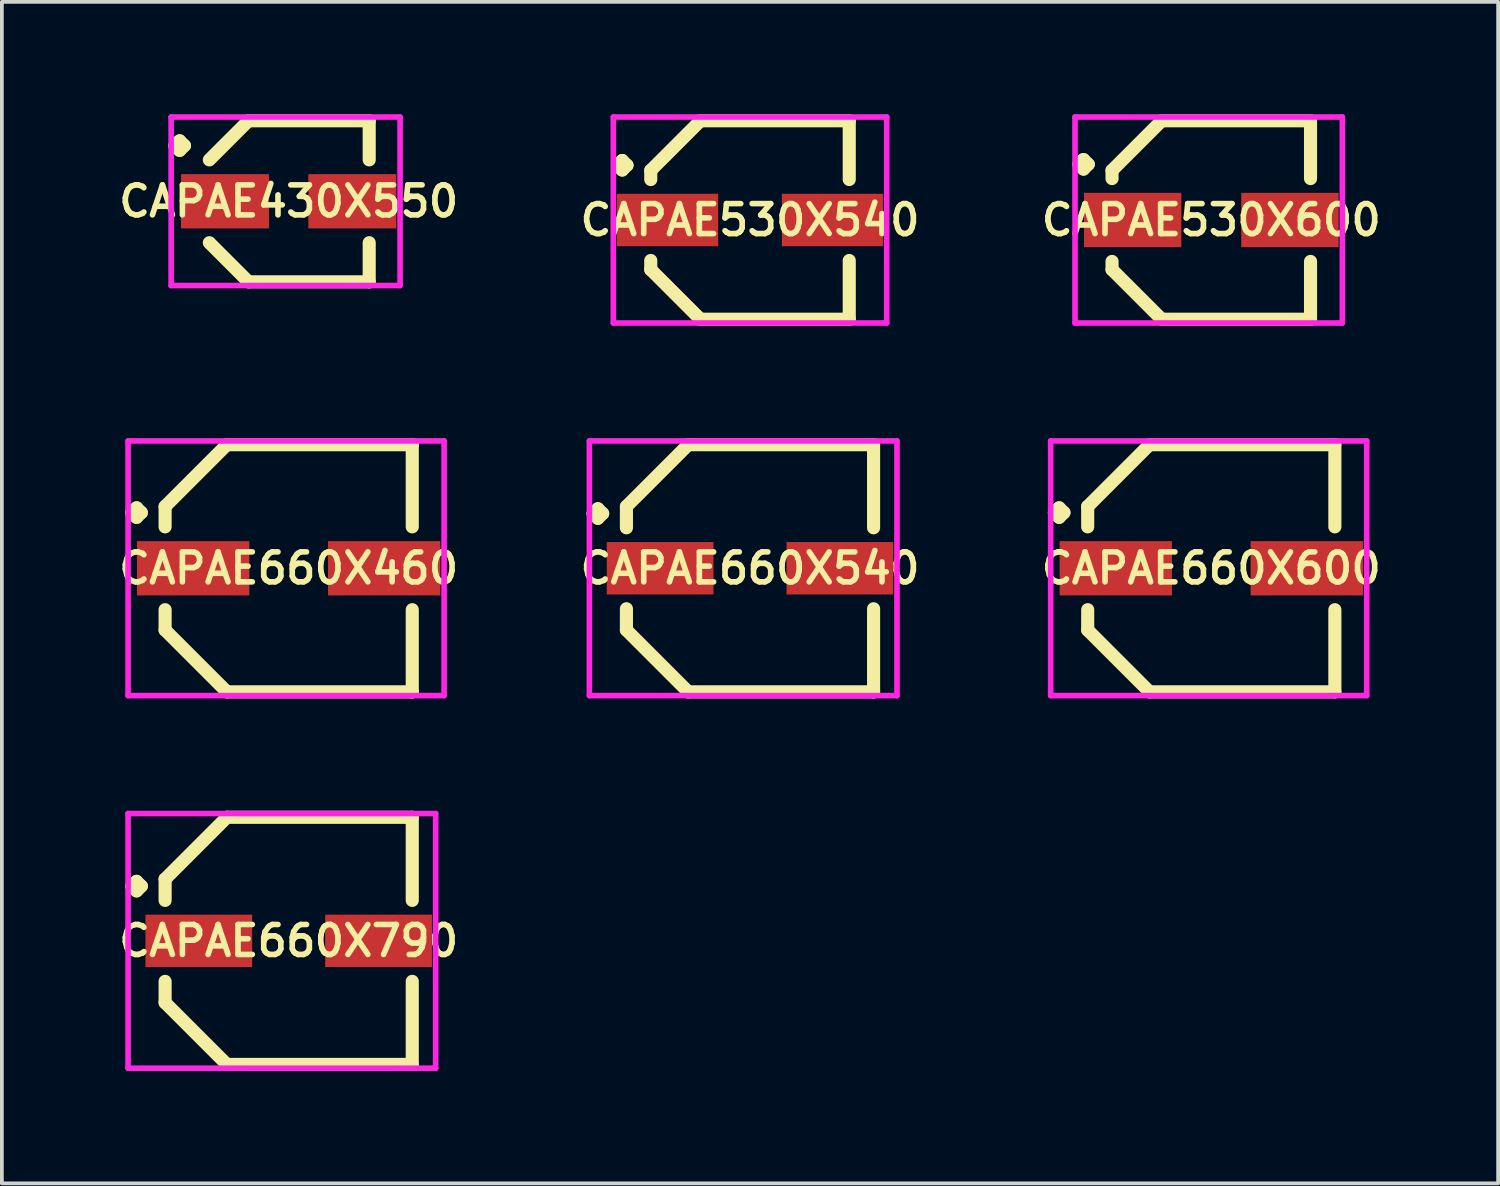
<source format=kicad_pcb>
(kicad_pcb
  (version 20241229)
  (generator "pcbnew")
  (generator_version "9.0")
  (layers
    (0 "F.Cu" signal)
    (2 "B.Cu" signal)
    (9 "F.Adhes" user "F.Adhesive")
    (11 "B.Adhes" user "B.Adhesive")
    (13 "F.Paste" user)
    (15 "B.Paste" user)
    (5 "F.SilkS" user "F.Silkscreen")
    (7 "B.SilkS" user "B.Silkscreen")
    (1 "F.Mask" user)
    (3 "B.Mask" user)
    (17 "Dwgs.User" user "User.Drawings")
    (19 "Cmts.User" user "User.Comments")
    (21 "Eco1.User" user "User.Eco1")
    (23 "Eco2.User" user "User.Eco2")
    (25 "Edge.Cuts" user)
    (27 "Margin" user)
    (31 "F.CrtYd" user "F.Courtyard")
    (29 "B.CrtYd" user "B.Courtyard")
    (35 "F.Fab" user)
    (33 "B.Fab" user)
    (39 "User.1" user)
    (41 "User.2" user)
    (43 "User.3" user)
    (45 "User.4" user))
  (footprint "CAPAE530X540"
    (layer "F.Cu")
    (at 16.978 2.825)
    (property "Reference" "CAPAE530X540" (at 0 0 0) (layer "F.SilkS") (effects (font (size 0.8 0.8) (thickness 0.15))))
    (attr smd)
    (fp_line (start -3.539 -1.462) (end -3.412 -1.589) (stroke (width 0.35) (type solid)) (layer "F.SilkS"))
    (fp_line (start -3.412 -1.589) (end -3.285 -1.462) (stroke (width 0.35) (type solid)) (layer "F.SilkS"))
    (fp_line (start -3.412 -1.335) (end -3.539 -1.462) (stroke (width 0.35) (type solid)) (layer "F.SilkS"))
    (fp_line (start -3.285 -1.462) (end -3.412 -1.335) (stroke (width 0.35) (type solid)) (layer "F.SilkS"))
    (fp_line (start -2.65 -1.325) (end -2.65 -1.081) (stroke (width 0.35) (type solid)) (layer "F.SilkS"))
    (fp_line (start -2.65 1.325) (end -2.65 1.081) (stroke (width 0.35) (type solid)) (layer "F.SilkS"))
    (fp_line (start -1.325 -2.65) (end -2.65 -1.325) (stroke (width 0.35) (type solid)) (layer "F.SilkS"))
    (fp_line (start -1.325 2.65) (end -2.65 1.325) (stroke (width 0.35) (type solid)) (layer "F.SilkS"))
    (fp_line (start 2.65 -2.65) (end -1.325 -2.65) (stroke (width 0.35) (type solid)) (layer "F.SilkS"))
    (fp_line (start 2.65 -1.081) (end 2.65 -2.65) (stroke (width 0.35) (type solid)) (layer "F.SilkS"))
    (fp_line (start 2.65 1.081) (end 2.65 2.65) (stroke (width 0.35) (type solid)) (layer "F.SilkS"))
    (fp_line (start 2.65 2.65) (end -1.325 2.65) (stroke (width 0.35) (type solid)) (layer "F.SilkS"))
    (fp_line (start -3.65 -2.75) (end 3.65 -2.75) (stroke (width 0.15) (type solid)) (layer "F.CrtYd"))
    (fp_line (start -3.65 2.75) (end -3.65 -2.75) (stroke (width 0.15) (type solid)) (layer "F.CrtYd"))
    (fp_line (start 3.65 -2.75) (end 3.65 2.75) (stroke (width 0.15) (type solid)) (layer "F.CrtYd"))
    (fp_line (start 3.65 2.75) (end -3.65 2.75) (stroke (width 0.15) (type solid)) (layer "F.CrtYd"))
    (pad "1" smd rect (at -2.2 0) (size 2.7 1.4) (layers "F.Cu" "F.Mask" "F.Paste"))
    (pad "2" smd rect (at 2.2 0) (size 2.7 1.4) (layers "F.Cu" "F.Mask" "F.Paste")))
  (footprint "CAPAE660X600"
    (layer "F.Cu")
    (at 29.296 12.125)
    (property "Reference" "CAPAE660X600" (at 0 0 0) (layer "F.SilkS") (effects (font (size 0.8 0.8) (thickness 0.15))))
    (attr smd)
    (fp_line (start -4.189 -1.487) (end -4.062 -1.614) (stroke (width 0.35) (type solid)) (layer "F.SilkS"))
    (fp_line (start -4.062 -1.614) (end -3.935 -1.487) (stroke (width 0.35) (type solid)) (layer "F.SilkS"))
    (fp_line (start -4.062 -1.36) (end -4.189 -1.487) (stroke (width 0.35) (type solid)) (layer "F.SilkS"))
    (fp_line (start -3.935 -1.487) (end -4.062 -1.36) (stroke (width 0.35) (type solid)) (layer "F.SilkS"))
    (fp_line (start -3.3 -1.65) (end -3.3 -1.106) (stroke (width 0.35) (type solid)) (layer "F.SilkS"))
    (fp_line (start -3.3 1.65) (end -3.3 1.106) (stroke (width 0.35) (type solid)) (layer "F.SilkS"))
    (fp_line (start -1.65 -3.3) (end -3.3 -1.65) (stroke (width 0.35) (type solid)) (layer "F.SilkS"))
    (fp_line (start -1.65 3.3) (end -3.3 1.65) (stroke (width 0.35) (type solid)) (layer "F.SilkS"))
    (fp_line (start 3.3 -3.3) (end -1.65 -3.3) (stroke (width 0.35) (type solid)) (layer "F.SilkS"))
    (fp_line (start 3.3 -1.106) (end 3.3 -3.3) (stroke (width 0.35) (type solid)) (layer "F.SilkS"))
    (fp_line (start 3.3 1.106) (end 3.3 3.3) (stroke (width 0.35) (type solid)) (layer "F.SilkS"))
    (fp_line (start 3.3 3.3) (end -1.65 3.3) (stroke (width 0.35) (type solid)) (layer "F.SilkS"))
    (fp_line (start -4.289 -3.4) (end 4.15 -3.4) (stroke (width 0.15) (type solid)) (layer "F.CrtYd"))
    (fp_line (start -4.289 3.4) (end -4.289 -3.4) (stroke (width 0.15) (type solid)) (layer "F.CrtYd"))
    (fp_line (start 4.15 -3.4) (end 4.15 3.4) (stroke (width 0.15) (type solid)) (layer "F.CrtYd"))
    (fp_line (start 4.15 3.4) (end -4.289 3.4) (stroke (width 0.15) (type solid)) (layer "F.CrtYd"))
    (pad "1" smd rect (at -2.55 0) (size 3 1.45) (layers "F.Cu" "F.Mask" "F.Paste"))
    (pad "2" smd rect (at 2.55 0) (size 3 1.45) (layers "F.Cu" "F.Mask" "F.Paste")))
  (footprint "CAPAE660X460"
    (layer "F.Cu")
    (at 4.659 12.125)
    (property "Reference" "CAPAE660X460" (at 0 0 0) (layer "F.SilkS") (effects (font (size 0.8 0.8) (thickness 0.15))))
    (attr smd)
    (fp_line (start -4.189 -1.487) (end -4.062 -1.614) (stroke (width 0.35) (type solid)) (layer "F.SilkS"))
    (fp_line (start -4.062 -1.614) (end -3.935 -1.487) (stroke (width 0.35) (type solid)) (layer "F.SilkS"))
    (fp_line (start -4.062 -1.36) (end -4.189 -1.487) (stroke (width 0.35) (type solid)) (layer "F.SilkS"))
    (fp_line (start -3.935 -1.487) (end -4.062 -1.36) (stroke (width 0.35) (type solid)) (layer "F.SilkS"))
    (fp_line (start -3.3 -1.65) (end -3.3 -1.106) (stroke (width 0.35) (type solid)) (layer "F.SilkS"))
    (fp_line (start -3.3 1.65) (end -3.3 1.106) (stroke (width 0.35) (type solid)) (layer "F.SilkS"))
    (fp_line (start -1.65 -3.3) (end -3.3 -1.65) (stroke (width 0.35) (type solid)) (layer "F.SilkS"))
    (fp_line (start -1.65 3.3) (end -3.3 1.65) (stroke (width 0.35) (type solid)) (layer "F.SilkS"))
    (fp_line (start 3.3 -3.3) (end -1.65 -3.3) (stroke (width 0.35) (type solid)) (layer "F.SilkS"))
    (fp_line (start 3.3 -1.106) (end 3.3 -3.3) (stroke (width 0.35) (type solid)) (layer "F.SilkS"))
    (fp_line (start 3.3 1.106) (end 3.3 3.3) (stroke (width 0.35) (type solid)) (layer "F.SilkS"))
    (fp_line (start 3.3 3.3) (end -1.65 3.3) (stroke (width 0.35) (type solid)) (layer "F.SilkS"))
    (fp_line (start -4.289 -3.4) (end 4.15 -3.4) (stroke (width 0.15) (type solid)) (layer "F.CrtYd"))
    (fp_line (start -4.289 3.4) (end -4.289 -3.4) (stroke (width 0.15) (type solid)) (layer "F.CrtYd"))
    (fp_line (start 4.15 -3.4) (end 4.15 3.4) (stroke (width 0.15) (type solid)) (layer "F.CrtYd"))
    (fp_line (start 4.15 3.4) (end -4.289 3.4) (stroke (width 0.15) (type solid)) (layer "F.CrtYd"))
    (pad "1" smd rect (at -2.55 0) (size 3 1.45) (layers "F.Cu" "F.Mask" "F.Paste"))
    (pad "2" smd rect (at 2.55 0) (size 3 1.45) (layers "F.Cu" "F.Mask" "F.Paste")))
  (footprint "CAPAE430X550"
    (layer "F.Cu")
    (at 4.659 2.325)
    (property "Reference" "CAPAE430X550" (at 0 0 0) (layer "F.SilkS") (effects (font (size 0.8 0.8) (thickness 0.15))))
    (attr smd)
    (fp_line (start -3.039 -1.487) (end -2.912 -1.614) (stroke (width 0.35) (type solid)) (layer "F.SilkS"))
    (fp_line (start -2.912 -1.614) (end -2.785 -1.487) (stroke (width 0.35) (type solid)) (layer "F.SilkS"))
    (fp_line (start -2.912 -1.36) (end -3.039 -1.487) (stroke (width 0.35) (type solid)) (layer "F.SilkS"))
    (fp_line (start -2.785 -1.487) (end -2.912 -1.36) (stroke (width 0.35) (type solid)) (layer "F.SilkS"))
    (fp_line (start -1.075 -2.15) (end -2.119 -1.106) (stroke (width 0.35) (type solid)) (layer "F.SilkS"))
    (fp_line (start -1.075 2.15) (end -2.119 1.106) (stroke (width 0.35) (type solid)) (layer "F.SilkS"))
    (fp_line (start 2.15 -2.15) (end -1.075 -2.15) (stroke (width 0.35) (type solid)) (layer "F.SilkS"))
    (fp_line (start 2.15 -1.106) (end 2.15 -2.15) (stroke (width 0.35) (type solid)) (layer "F.SilkS"))
    (fp_line (start 2.15 1.106) (end 2.15 2.15) (stroke (width 0.35) (type solid)) (layer "F.SilkS"))
    (fp_line (start 2.15 2.15) (end -1.075 2.15) (stroke (width 0.35) (type solid)) (layer "F.SilkS"))
    (fp_line (start -3.139 -2.25) (end 2.975 -2.25) (stroke (width 0.15) (type solid)) (layer "F.CrtYd"))
    (fp_line (start -3.139 2.25) (end -3.139 -2.25) (stroke (width 0.15) (type solid)) (layer "F.CrtYd"))
    (fp_line (start 2.975 -2.25) (end 2.975 2.25) (stroke (width 0.15) (type solid)) (layer "F.CrtYd"))
    (fp_line (start 2.975 2.25) (end -3.139 2.25) (stroke (width 0.15) (type solid)) (layer "F.CrtYd"))
    (pad "1" smd rect (at -1.7 0) (size 2.35 1.45) (layers "F.Cu" "F.Mask" "F.Paste"))
    (pad "2" smd rect (at 1.7 0) (size 2.35 1.45) (layers "F.Cu" "F.Mask" "F.Paste")))
  (footprint "CAPAE660X540"
    (layer "F.Cu")
    (at 16.978 12.125)
    (property "Reference" "CAPAE660X540" (at 0 0 0) (layer "F.SilkS") (effects (font (size 0.8 0.8) (thickness 0.15))))
    (attr smd)
    (fp_line (start -4.189 -1.462) (end -4.062 -1.589) (stroke (width 0.35) (type solid)) (layer "F.SilkS"))
    (fp_line (start -4.062 -1.589) (end -3.935 -1.462) (stroke (width 0.35) (type solid)) (layer "F.SilkS"))
    (fp_line (start -4.062 -1.335) (end -4.189 -1.462) (stroke (width 0.35) (type solid)) (layer "F.SilkS"))
    (fp_line (start -3.935 -1.462) (end -4.062 -1.335) (stroke (width 0.35) (type solid)) (layer "F.SilkS"))
    (fp_line (start -3.3 -1.65) (end -3.3 -1.081) (stroke (width 0.35) (type solid)) (layer "F.SilkS"))
    (fp_line (start -3.3 1.65) (end -3.3 1.081) (stroke (width 0.35) (type solid)) (layer "F.SilkS"))
    (fp_line (start -1.65 -3.3) (end -3.3 -1.65) (stroke (width 0.35) (type solid)) (layer "F.SilkS"))
    (fp_line (start -1.65 3.3) (end -3.3 1.65) (stroke (width 0.35) (type solid)) (layer "F.SilkS"))
    (fp_line (start 3.3 -3.3) (end -1.65 -3.3) (stroke (width 0.35) (type solid)) (layer "F.SilkS"))
    (fp_line (start 3.3 -1.081) (end 3.3 -3.3) (stroke (width 0.35) (type solid)) (layer "F.SilkS"))
    (fp_line (start 3.3 1.081) (end 3.3 3.3) (stroke (width 0.35) (type solid)) (layer "F.SilkS"))
    (fp_line (start 3.3 3.3) (end -1.65 3.3) (stroke (width 0.35) (type solid)) (layer "F.SilkS"))
    (fp_line (start -4.289 -3.4) (end 3.925 -3.4) (stroke (width 0.15) (type solid)) (layer "F.CrtYd"))
    (fp_line (start -4.289 3.4) (end -4.289 -3.4) (stroke (width 0.15) (type solid)) (layer "F.CrtYd"))
    (fp_line (start 3.925 -3.4) (end 3.925 3.4) (stroke (width 0.15) (type solid)) (layer "F.CrtYd"))
    (fp_line (start 3.925 3.4) (end -4.289 3.4) (stroke (width 0.15) (type solid)) (layer "F.CrtYd"))
    (pad "1" smd rect (at -2.4 0) (size 2.85 1.4) (layers "F.Cu" "F.Mask" "F.Paste"))
    (pad "2" smd rect (at 2.4 0) (size 2.85 1.4) (layers "F.Cu" "F.Mask" "F.Paste")))
  (footprint "CAPAE530X600"
    (layer "F.Cu")
    (at 29.296 2.825)
    (property "Reference" "CAPAE530X600" (at 0 0 0) (layer "F.SilkS") (effects (font (size 0.8 0.8) (thickness 0.15))))
    (attr smd)
    (fp_line (start -3.539 -1.487) (end -3.412 -1.614) (stroke (width 0.35) (type solid)) (layer "F.SilkS"))
    (fp_line (start -3.412 -1.614) (end -3.285 -1.487) (stroke (width 0.35) (type solid)) (layer "F.SilkS"))
    (fp_line (start -3.412 -1.36) (end -3.539 -1.487) (stroke (width 0.35) (type solid)) (layer "F.SilkS"))
    (fp_line (start -3.285 -1.487) (end -3.412 -1.36) (stroke (width 0.35) (type solid)) (layer "F.SilkS"))
    (fp_line (start -2.65 -1.325) (end -2.65 -1.106) (stroke (width 0.35) (type solid)) (layer "F.SilkS"))
    (fp_line (start -2.65 1.325) (end -2.65 1.106) (stroke (width 0.35) (type solid)) (layer "F.SilkS"))
    (fp_line (start -1.325 -2.65) (end -2.65 -1.325) (stroke (width 0.35) (type solid)) (layer "F.SilkS"))
    (fp_line (start -1.325 2.65) (end -2.65 1.325) (stroke (width 0.35) (type solid)) (layer "F.SilkS"))
    (fp_line (start 2.65 -2.65) (end -1.325 -2.65) (stroke (width 0.35) (type solid)) (layer "F.SilkS"))
    (fp_line (start 2.65 -1.106) (end 2.65 -2.65) (stroke (width 0.35) (type solid)) (layer "F.SilkS"))
    (fp_line (start 2.65 1.106) (end 2.65 2.65) (stroke (width 0.35) (type solid)) (layer "F.SilkS"))
    (fp_line (start 2.65 2.65) (end -1.325 2.65) (stroke (width 0.35) (type solid)) (layer "F.SilkS"))
    (fp_line (start -3.639 -2.75) (end 3.5 -2.75) (stroke (width 0.15) (type solid)) (layer "F.CrtYd"))
    (fp_line (start -3.639 2.75) (end -3.639 -2.75) (stroke (width 0.15) (type solid)) (layer "F.CrtYd"))
    (fp_line (start 3.5 -2.75) (end 3.5 2.75) (stroke (width 0.15) (type solid)) (layer "F.CrtYd"))
    (fp_line (start 3.5 2.75) (end -3.639 2.75) (stroke (width 0.15) (type solid)) (layer "F.CrtYd"))
    (pad "1" smd rect (at -2.1 0) (size 2.6 1.45) (layers "F.Cu" "F.Mask" "F.Paste"))
    (pad "2" smd rect (at 2.1 0) (size 2.6 1.45) (layers "F.Cu" "F.Mask" "F.Paste")))
  (footprint "CAPAE660X790"
    (layer "F.Cu")
    (at 4.659 22.075)
    (property "Reference" "CAPAE660X790" (at 0 0 0) (layer "F.SilkS") (effects (font (size 0.8 0.8) (thickness 0.15))))
    (attr smd)
    (fp_line (start -4.189 -1.462) (end -4.062 -1.589) (stroke (width 0.35) (type solid)) (layer "F.SilkS"))
    (fp_line (start -4.062 -1.589) (end -3.935 -1.462) (stroke (width 0.35) (type solid)) (layer "F.SilkS"))
    (fp_line (start -4.062 -1.335) (end -4.189 -1.462) (stroke (width 0.35) (type solid)) (layer "F.SilkS"))
    (fp_line (start -3.935 -1.462) (end -4.062 -1.335) (stroke (width 0.35) (type solid)) (layer "F.SilkS"))
    (fp_line (start -3.3 -1.65) (end -3.3 -1.081) (stroke (width 0.35) (type solid)) (layer "F.SilkS"))
    (fp_line (start -3.3 1.65) (end -3.3 1.081) (stroke (width 0.35) (type solid)) (layer "F.SilkS"))
    (fp_line (start -1.65 -3.3) (end -3.3 -1.65) (stroke (width 0.35) (type solid)) (layer "F.SilkS"))
    (fp_line (start -1.65 3.3) (end -3.3 1.65) (stroke (width 0.35) (type solid)) (layer "F.SilkS"))
    (fp_line (start 3.3 -3.3) (end -1.65 -3.3) (stroke (width 0.35) (type solid)) (layer "F.SilkS"))
    (fp_line (start 3.3 -1.081) (end 3.3 -3.3) (stroke (width 0.35) (type solid)) (layer "F.SilkS"))
    (fp_line (start 3.3 1.081) (end 3.3 3.3) (stroke (width 0.35) (type solid)) (layer "F.SilkS"))
    (fp_line (start 3.3 3.3) (end -1.65 3.3) (stroke (width 0.35) (type solid)) (layer "F.SilkS"))
    (fp_line (start -4.289 -3.4) (end 3.925 -3.4) (stroke (width 0.15) (type solid)) (layer "F.CrtYd"))
    (fp_line (start -4.289 3.4) (end -4.289 -3.4) (stroke (width 0.15) (type solid)) (layer "F.CrtYd"))
    (fp_line (start 3.925 -3.4) (end 3.925 3.4) (stroke (width 0.15) (type solid)) (layer "F.CrtYd"))
    (fp_line (start 3.925 3.4) (end -4.289 3.4) (stroke (width 0.15) (type solid)) (layer "F.CrtYd"))
    (pad "1" smd rect (at -2.4 0) (size 2.85 1.4) (layers "F.Cu" "F.Mask" "F.Paste"))
    (pad "2" smd rect (at 2.4 0) (size 2.85 1.4) (layers "F.Cu" "F.Mask" "F.Paste")))
  (gr_rect
    (start -3 -3)
    (end 36.956 28.55)
    (stroke (width 0.1) (type default))
    (fill no)
    (layer "Edge.Cuts")))
</source>
